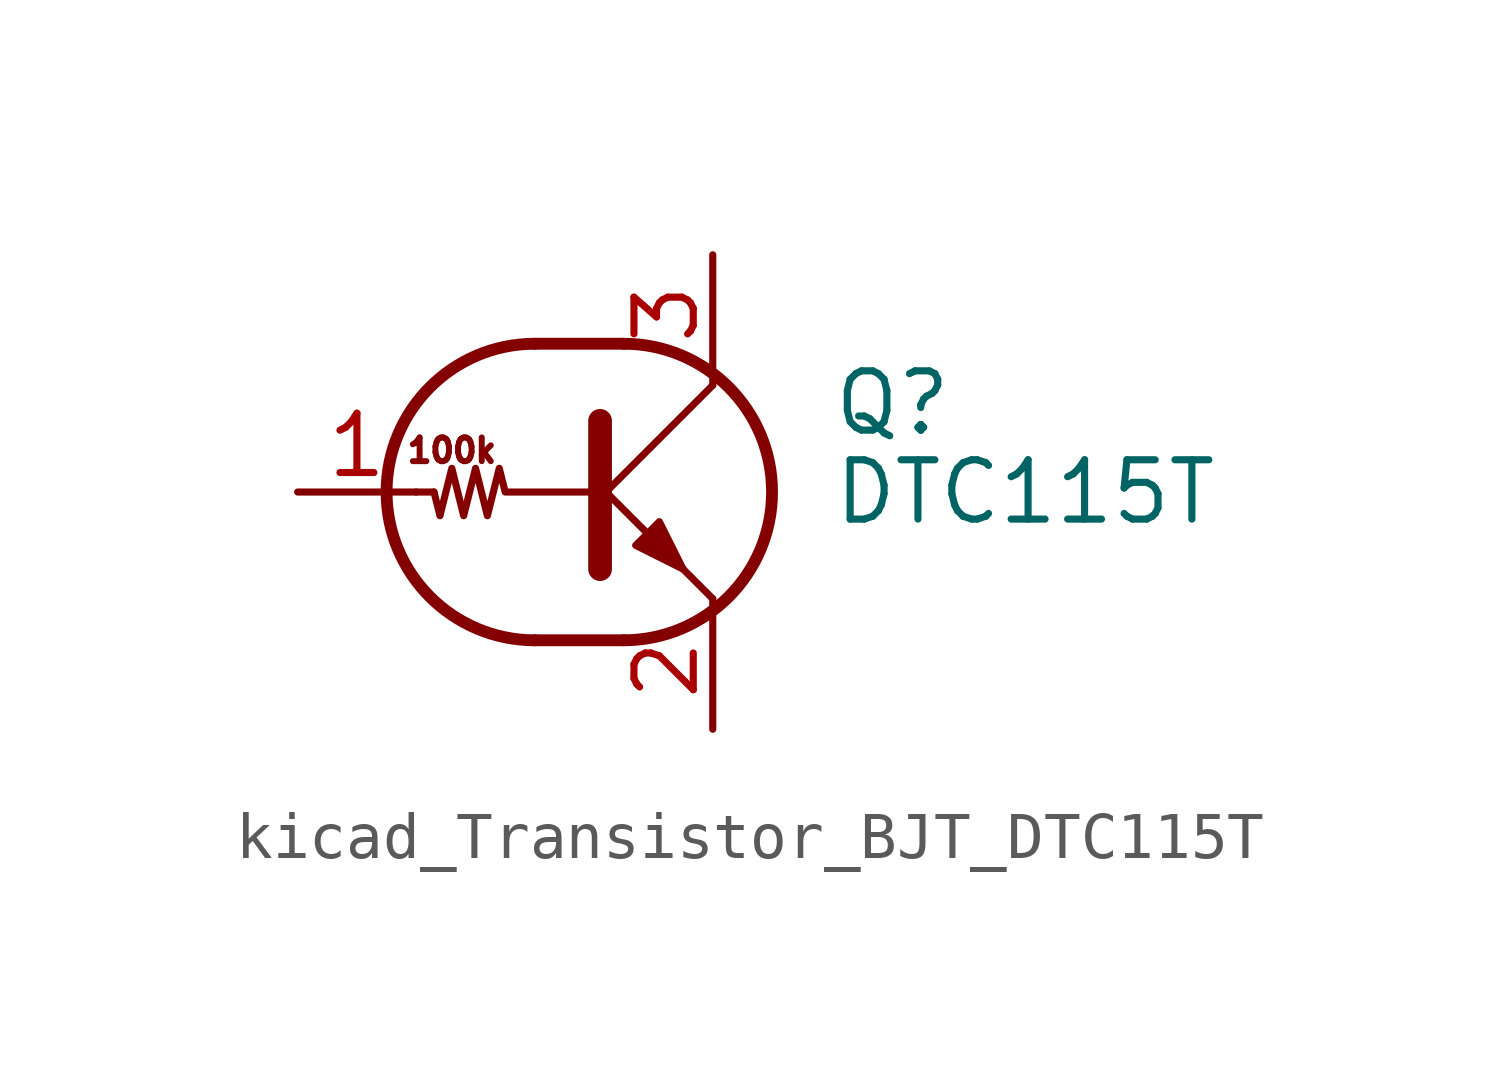
<source format=kicad_sym>
(kicad_symbol_lib
  (version 20220914)
  (generator kicad_symbol_editor)
  (symbol "kicad_Transistor_BJT_DTC115T"
    (pin_names
      (offset 0) hide)
    (property "Reference" "Q"
      (at 5.08 1.905 0)
      (effects (font (size 1.27 1.27)) (justify left)))
    (property "Value" "DTC115T"
      (at 5.08 0 0)
      (effects (font (size 1.27 1.27)) (justify left)))
    (symbol "kicad_Transistor_BJT_DTC115T_0_0"
      (polyline (pts (xy 2.54 -2.286) (xy 2.54 -2.54)) (stroke (width 0) (type default)) (fill (type none)))
      (text "100k" (at -3.048 0.889 0) (effects (font (size 0.508 0.508)))))
    (symbol "kicad_Transistor_BJT_DTC115T_0_1"
      (arc (start -1.27 3.175) (mid -4.4312 0) (end -1.27 -3.175) (stroke (width 0.254) (type default)) (fill (type none)))
      (polyline (pts (xy -3.429 0) (xy -3.81 0)) (stroke (width 0) (type default)) (fill (type none)))
      (polyline (pts (xy -1.27 -3.175) (xy 0.635 -3.175)) (stroke (width 0.254) (type default)) (fill (type none)))
      (polyline (pts (xy -1.27 3.175) (xy 0.635 3.175)) (stroke (width 0.254) (type default)) (fill (type none)))
      (polyline (pts (xy 0 -0.254) (xy 2.54 2.286)) (stroke (width 0) (type default)) (fill (type none)))
      (polyline (pts (xy 0.127 1.524) (xy 0.127 -1.651)) (stroke (width 0.508) (type default)) (fill (type outline)))
      (polyline (pts (xy 2.54 2.286) (xy 2.54 2.54)) (stroke (width 0) (type default)) (fill (type none)))
      (polyline (pts (xy 2.54 -2.286) (xy 0 0.254) (xy 0 0.254)) (stroke (width 0) (type default)) (fill (type none)))
      (polyline (pts (xy 0.889 -1.143) (xy 1.397 -0.635) (xy 1.905 -1.651) (xy 0.889 -1.143)) (stroke (width 0) (type default)) (fill (type outline)))
      (polyline (pts (xy 0 0) (xy -1.905 0) (xy -2.032 0.508) (xy -2.286 -0.508) (xy -2.54 0.508) (xy -2.794 -0.508) (xy -3.048 0.508) (xy -3.302 -0.508) (xy -3.429 0)) (stroke (width 0) (type default)) (fill (type none)))
      (arc (start 0.635 -3.175) (mid 3.7962 0) (end 0.635 3.175) (stroke (width 0.254) (type default)) (fill (type none))))
    (symbol "kicad_Transistor_BJT_DTC115T_1_1"
      (pin input line (at -6.35 0 0) (length 2.54) (name "B" (effects (font (size 1.27 1.27)))) (number "1" (effects (font (size 1.27 1.27)))))
      (pin passive line (at 2.54 -5.08 90) (length 2.54) (name "E" (effects (font (size 1.27 1.27)))) (number "2" (effects (font (size 1.27 1.27)))))
      (pin passive line (at 2.54 5.08 270) (length 2.54) (name "C" (effects (font (size 1.27 1.27)))) (number "3" (effects (font (size 1.27 1.27))))))))
</source>
